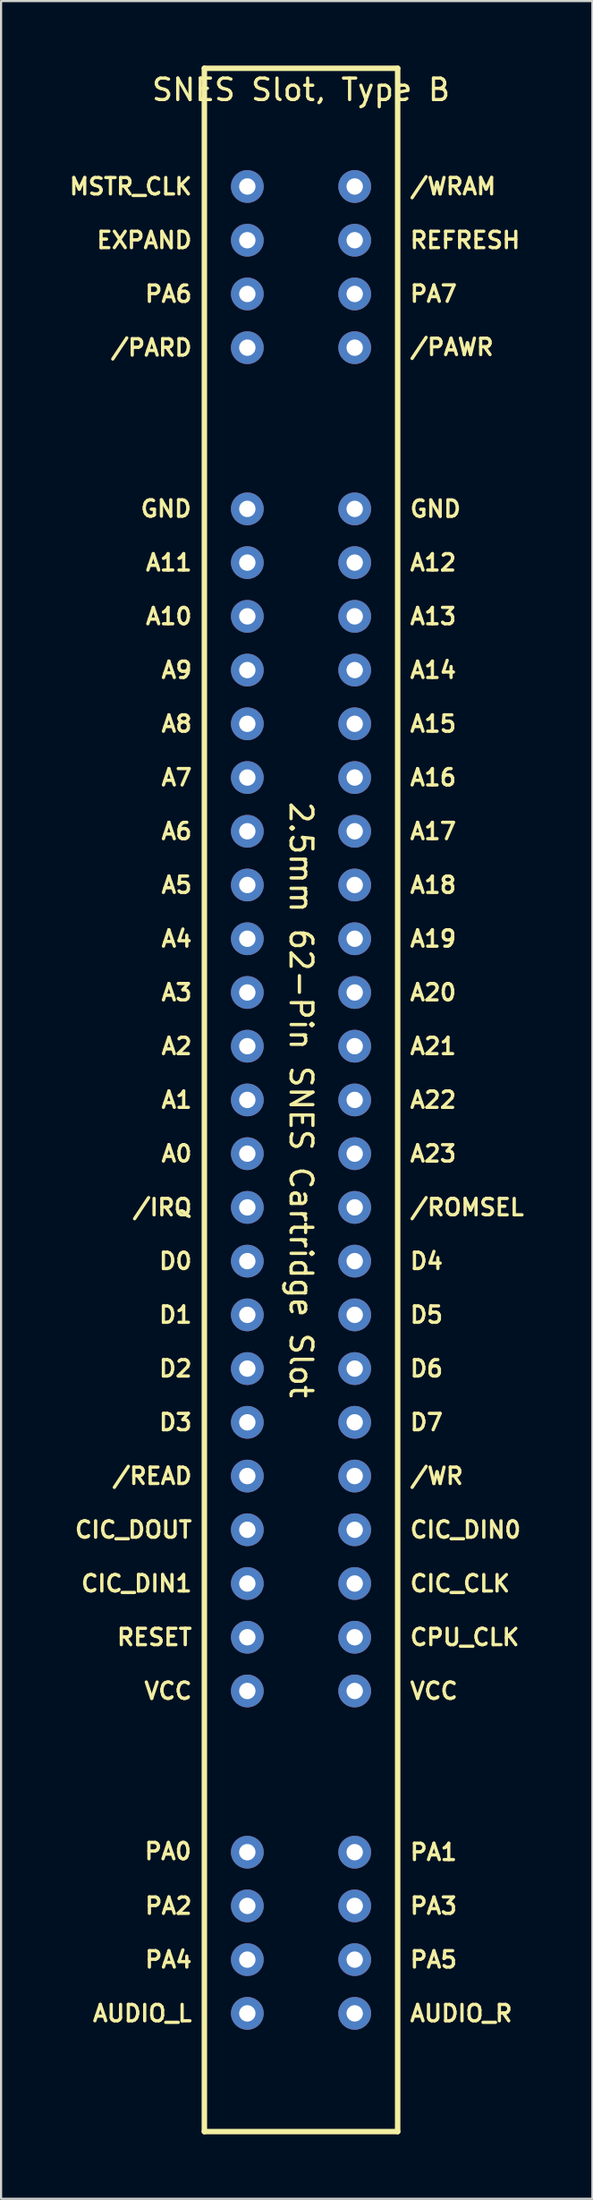
<source format=kicad_pcb>
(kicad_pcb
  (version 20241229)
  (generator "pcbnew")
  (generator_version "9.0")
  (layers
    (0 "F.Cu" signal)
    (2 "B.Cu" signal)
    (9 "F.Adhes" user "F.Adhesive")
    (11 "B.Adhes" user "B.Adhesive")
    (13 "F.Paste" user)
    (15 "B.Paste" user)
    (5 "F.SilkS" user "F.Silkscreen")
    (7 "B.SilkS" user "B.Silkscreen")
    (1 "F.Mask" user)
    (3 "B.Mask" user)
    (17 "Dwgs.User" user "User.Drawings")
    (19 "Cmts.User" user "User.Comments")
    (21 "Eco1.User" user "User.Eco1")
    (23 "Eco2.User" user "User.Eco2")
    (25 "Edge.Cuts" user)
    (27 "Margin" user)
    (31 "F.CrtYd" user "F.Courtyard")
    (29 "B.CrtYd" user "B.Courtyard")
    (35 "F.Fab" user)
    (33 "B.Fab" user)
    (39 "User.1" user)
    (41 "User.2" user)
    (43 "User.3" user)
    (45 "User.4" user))
  (footprint "SNES Slot, Type B"
    (layer "F.Cu")
    (at 10.965 48.127)
    (property "Reference" "SNES Slot, Type B" (at 0 -47 0) (unlocked yes) (layer "F.SilkS") (effects (font (size 1 1) (thickness 0.15))))
    (attr through_hole)
    (fp_line (start -4.5 -48) (end -4.5 48) (stroke (width 0.254) (type default)) (layer "F.SilkS"))
    (fp_line (start -4.5 -48) (end 4.5 -48) (stroke (width 0.254) (type default)) (layer "F.SilkS"))
    (fp_line (start -4.5 48) (end 4.5 48) (stroke (width 0.254) (type default)) (layer "F.SilkS"))
    (fp_line (start 4.5 -48) (end 4.5 48) (stroke (width 0.254) (type default)) (layer "F.SilkS"))
    (fp_text user "PA2" (at -5 37.5 0) (unlocked yes) (layer "F.SilkS") (effects (font (size 0.762 0.762) (thickness 0.152)) (justify right)))
    (fp_text user "REFRESH" (at 5 -40 0) (unlocked yes) (layer "F.SilkS") (effects (font (size 0.762 0.762) (thickness 0.152)) (justify left)))
    (fp_text user "A12" (at 5 -25 0) (unlocked yes) (layer "F.SilkS") (effects (font (size 0.762 0.762) (thickness 0.152)) (justify left)))
    (fp_text user "/IRQ" (at -5 5 0) (unlocked yes) (layer "F.SilkS") (effects (font (size 0.762 0.762) (thickness 0.152)) (justify right)))
    (fp_text user "A9" (at -5 -20 0) (unlocked yes) (layer "F.SilkS") (effects (font (size 0.762 0.762) (thickness 0.152)) (justify right)))
    (fp_text user "D5" (at 5 10 0) (unlocked yes) (layer "F.SilkS") (effects (font (size 0.762 0.762) (thickness 0.152)) (justify left)))
    (fp_text user "VCC" (at -5 27.5 0) (unlocked yes) (layer "F.SilkS") (effects (font (size 0.762 0.762) (thickness 0.152)) (justify right)))
    (fp_text user "2.5mm 62-Pin SNES Cartridge Slot" (at 0 0 270) (unlocked yes) (layer "F.SilkS") (effects (font (size 1.016 1.016) (thickness 0.152))))
    (fp_text user "AUDIO_R" (at 5 42.5 0) (unlocked yes) (layer "F.SilkS") (effects (font (size 0.762 0.762) (thickness 0.152)) (justify left)))
    (fp_text user "CIC_DOUT" (at -5 20 0) (unlocked yes) (layer "F.SilkS") (effects (font (size 0.762 0.762) (thickness 0.152)) (justify right)))
    (fp_text user "VCC" (at 5 27.5 0) (unlocked yes) (layer "F.SilkS") (effects (font (size 0.762 0.762) (thickness 0.152)) (justify left)))
    (fp_text user "A17" (at 5 -12.5 0) (unlocked yes) (layer "F.SilkS") (effects (font (size 0.762 0.762) (thickness 0.152)) (justify left)))
    (fp_text user "A14" (at 5 -20 0) (unlocked yes) (layer "F.SilkS") (effects (font (size 0.762 0.762) (thickness 0.152)) (justify left)))
    (fp_text user "A6" (at -5 -12.5 0) (unlocked yes) (layer "F.SilkS") (effects (font (size 0.762 0.762) (thickness 0.152)) (justify right)))
    (fp_text user "D4" (at 5 7.5 0) (unlocked yes) (layer "F.SilkS") (effects (font (size 0.762 0.762) (thickness 0.152)) (justify left)))
    (fp_text user "A13" (at 5 -22.5 0) (unlocked yes) (layer "F.SilkS") (effects (font (size 0.762 0.762) (thickness 0.152)) (justify left)))
    (fp_text user "A21" (at 5 -2.5 0) (unlocked yes) (layer "F.SilkS") (effects (font (size 0.762 0.762) (thickness 0.152)) (justify left)))
    (fp_text user "A4" (at -5 -7.5 0) (unlocked yes) (layer "F.SilkS") (effects (font (size 0.762 0.762) (thickness 0.152)) (justify right)))
    (fp_text user "A2" (at -5 -2.5 0) (unlocked yes) (layer "F.SilkS") (effects (font (size 0.762 0.762) (thickness 0.152)) (justify right)))
    (fp_text user "AUDIO_L" (at -5 42.5 0) (unlocked yes) (layer "F.SilkS") (effects (font (size 0.762 0.762) (thickness 0.152)) (justify right)))
    (fp_text user "PA4" (at -5 40 0) (unlocked yes) (layer "F.SilkS") (effects (font (size 0.762 0.762) (thickness 0.152)) (justify right)))
    (fp_text user "CIC_DIN1" (at -5 22.5 0) (unlocked yes) (layer "F.SilkS") (effects (font (size 0.762 0.762) (thickness 0.152)) (justify right)))
    (fp_text user "D6" (at 5 12.5 0) (unlocked yes) (layer "F.SilkS") (effects (font (size 0.762 0.762) (thickness 0.152)) (justify left)))
    (fp_text user "MSTR_CLK" (at -5 -42.5 0) (unlocked yes) (layer "F.SilkS") (effects (font (size 0.762 0.762) (thickness 0.152)) (justify right)))
    (fp_text user "A18" (at 5 -10 0) (unlocked yes) (layer "F.SilkS") (effects (font (size 0.762 0.762) (thickness 0.152)) (justify left)))
    (fp_text user "A10" (at -5 -22.5 0) (unlocked yes) (layer "F.SilkS") (effects (font (size 0.762 0.762) (thickness 0.152)) (justify right)))
    (fp_text user "/READ" (at -5 17.5 0) (unlocked yes) (layer "F.SilkS") (effects (font (size 0.762 0.762) (thickness 0.152)) (justify right)))
    (fp_text user "PA6" (at -5 -37.5 0) (unlocked yes) (layer "F.SilkS") (effects (font (size 0.762 0.762) (thickness 0.152)) (justify right)))
    (fp_text user "EXPAND" (at -5 -40 0) (unlocked yes) (layer "F.SilkS") (effects (font (size 0.762 0.762) (thickness 0.152)) (justify right)))
    (fp_text user "GND" (at 5 -27.5 0) (unlocked yes) (layer "F.SilkS") (effects (font (size 0.762 0.762) (thickness 0.152)) (justify left)))
    (fp_text user "A16" (at 5 -15 0) (unlocked yes) (layer "F.SilkS") (effects (font (size 0.762 0.762) (thickness 0.152)) (justify left)))
    (fp_text user "D3" (at -5 15 0) (unlocked yes) (layer "F.SilkS") (effects (font (size 0.762 0.762) (thickness 0.152)) (justify right)))
    (fp_text user "A0" (at -5 2.5 0) (unlocked yes) (layer "F.SilkS") (effects (font (size 0.762 0.762) (thickness 0.152)) (justify right)))
    (fp_text user "/PARD" (at -5 -35 0) (unlocked yes) (layer "F.SilkS") (effects (font (size 0.762 0.762) (thickness 0.152)) (justify right)))
    (fp_text user "A19" (at 5 -7.5 0) (unlocked yes) (layer "F.SilkS") (effects (font (size 0.762 0.762) (thickness 0.152)) (justify left)))
    (fp_text user "A20" (at 5 -5 0) (unlocked yes) (layer "F.SilkS") (effects (font (size 0.762 0.762) (thickness 0.152)) (justify left)))
    (fp_text user "CPU_CLK" (at 5 25 0) (unlocked yes) (layer "F.SilkS") (effects (font (size 0.762 0.762) (thickness 0.152)) (justify left)))
    (fp_text user "CIC_CLK" (at 5 22.5 0) (unlocked yes) (layer "F.SilkS") (effects (font (size 0.762 0.762) (thickness 0.152)) (justify left)))
    (fp_text user "PA0" (at -5.021 34.962 0) (unlocked yes) (layer "F.SilkS") (effects (font (size 0.762 0.762) (thickness 0.152)) (justify right)))
    (fp_text user "A7" (at -5 -15 0) (unlocked yes) (layer "F.SilkS") (effects (font (size 0.762 0.762) (thickness 0.152)) (justify right)))
    (fp_text user "PA1" (at 5 35 0) (unlocked yes) (layer "F.SilkS") (effects (font (size 0.762 0.762) (thickness 0.152)) (justify left)))
    (fp_text user "A8" (at -5 -17.5 0) (unlocked yes) (layer "F.SilkS") (effects (font (size 0.762 0.762) (thickness 0.152)) (justify right)))
    (fp_text user "A22" (at 5 0 0) (unlocked yes) (layer "F.SilkS") (effects (font (size 0.762 0.762) (thickness 0.152)) (justify left)))
    (fp_text user "/WRAM" (at 4.999 -42.504 0) (unlocked yes) (layer "F.SilkS") (effects (font (size 0.762 0.762) (thickness 0.152)) (justify left)))
    (fp_text user "GND" (at -5.021 -27.506 0) (unlocked yes) (layer "F.SilkS") (effects (font (size 0.762 0.762) (thickness 0.152)) (justify right)))
    (fp_text user "A5" (at -5 -10 0) (unlocked yes) (layer "F.SilkS") (effects (font (size 0.762 0.762) (thickness 0.152)) (justify right)))
    (fp_text user "/ROMSEL" (at 5 5 0) (unlocked yes) (layer "F.SilkS") (effects (font (size 0.762 0.762) (thickness 0.152)) (justify left)))
    (fp_text user "/WR" (at 5 17.5 0) (unlocked yes) (layer "F.SilkS") (effects (font (size 0.762 0.762) (thickness 0.152)) (justify left)))
    (fp_text user "A1" (at -5 0 0) (unlocked yes) (layer "F.SilkS") (effects (font (size 0.762 0.762) (thickness 0.152)) (justify right)))
    (fp_text user "CIC_DIN0" (at 5 20 0) (unlocked yes) (layer "F.SilkS") (effects (font (size 0.762 0.762) (thickness 0.152)) (justify left)))
    (fp_text user "D7" (at 5 15 0) (unlocked yes) (layer "F.SilkS") (effects (font (size 0.762 0.762) (thickness 0.152)) (justify left)))
    (fp_text user "A11" (at -5 -25 0) (unlocked yes) (layer "F.SilkS") (effects (font (size 0.762 0.762) (thickness 0.152)) (justify right)))
    (fp_text user "D2" (at -5 12.5 0) (unlocked yes) (layer "F.SilkS") (effects (font (size 0.762 0.762) (thickness 0.152)) (justify right)))
    (fp_text user "PA3" (at 5 37.5 0) (unlocked yes) (layer "F.SilkS") (effects (font (size 0.762 0.762) (thickness 0.152)) (justify left)))
    (fp_text user "D0" (at -5 7.5 0) (unlocked yes) (layer "F.SilkS") (effects (font (size 0.762 0.762) (thickness 0.152)) (justify right)))
    (fp_text user "A23" (at 5 2.5 0) (unlocked yes) (layer "F.SilkS") (effects (font (size 0.762 0.762) (thickness 0.152)) (justify left)))
    (fp_text user "D1" (at -5 10 0) (unlocked yes) (layer "F.SilkS") (effects (font (size 0.762 0.762) (thickness 0.152)) (justify right)))
    (fp_text user "RESET" (at -5 25 0) (unlocked yes) (layer "F.SilkS") (effects (font (size 0.762 0.762) (thickness 0.152)) (justify right)))
    (fp_text user "A15" (at 5 -17.5 0) (unlocked yes) (layer "F.SilkS") (effects (font (size 0.762 0.762) (thickness 0.152)) (justify left)))
    (fp_text user "/PAWR" (at 4.999 -35.026 0) (unlocked yes) (layer "F.SilkS") (effects (font (size 0.762 0.762) (thickness 0.152)) (justify left)))
    (fp_text user "PA7" (at 4.999 -37.504 0) (unlocked yes) (layer "F.SilkS") (effects (font (size 0.762 0.762) (thickness 0.152)) (justify left)))
    (fp_text user "PA5" (at 5 40 0) (unlocked yes) (layer "F.SilkS") (effects (font (size 0.762 0.762) (thickness 0.152)) (justify left)))
    (fp_text user "A3" (at -5 -5 0) (unlocked yes) (layer "F.SilkS") (effects (font (size 0.762 0.762) (thickness 0.152)) (justify right)))
    (pad "1" thru_hole circle (at -2.5 -42.5) (size 1.524 1.524) (drill 0.762) (layers "*.Cu" "*.Mask"))
    (pad "2" thru_hole circle (at -2.5 -40) (size 1.524 1.524) (drill 0.762) (layers "*.Cu" "*.Mask"))
    (pad "3" thru_hole circle (at -2.5 -37.5) (size 1.524 1.524) (drill 0.762) (layers "*.Cu" "*.Mask"))
    (pad "4" thru_hole circle (at -2.5 -35) (size 1.524 1.524) (drill 0.762) (layers "*.Cu" "*.Mask"))
    (pad "5" thru_hole circle (at -2.5 -27.5) (size 1.524 1.524) (drill 0.762) (layers "*.Cu" "*.Mask"))
    (pad "6" thru_hole circle (at -2.5 -25) (size 1.524 1.524) (drill 0.762) (layers "*.Cu" "*.Mask"))
    (pad "7" thru_hole circle (at -2.5 -22.5) (size 1.524 1.524) (drill 0.762) (layers "*.Cu" "*.Mask"))
    (pad "8" thru_hole circle (at -2.5 -20) (size 1.524 1.524) (drill 0.762) (layers "*.Cu" "*.Mask"))
    (pad "9" thru_hole circle (at -2.5 -17.5) (size 1.524 1.524) (drill 0.762) (layers "*.Cu" "*.Mask"))
    (pad "10" thru_hole circle (at -2.5 -15) (size 1.524 1.524) (drill 0.762) (layers "*.Cu" "*.Mask"))
    (pad "11" thru_hole circle (at -2.5 -12.5) (size 1.524 1.524) (drill 0.762) (layers "*.Cu" "*.Mask"))
    (pad "12" thru_hole circle (at -2.5 -10) (size 1.524 1.524) (drill 0.762) (layers "*.Cu" "*.Mask"))
    (pad "13" thru_hole circle (at -2.5 -7.5) (size 1.524 1.524) (drill 0.762) (layers "*.Cu" "*.Mask"))
    (pad "14" thru_hole circle (at -2.5 -5) (size 1.524 1.524) (drill 0.762) (layers "*.Cu" "*.Mask"))
    (pad "15" thru_hole circle (at -2.5 -2.5) (size 1.524 1.524) (drill 0.762) (layers "*.Cu" "*.Mask"))
    (pad "16" thru_hole circle (at -2.5 0) (size 1.524 1.524) (drill 0.762) (layers "*.Cu" "*.Mask"))
    (pad "17" thru_hole circle (at -2.5 2.5) (size 1.524 1.524) (drill 0.762) (layers "*.Cu" "*.Mask"))
    (pad "18" thru_hole circle (at -2.5 5) (size 1.524 1.524) (drill 0.762) (layers "*.Cu" "*.Mask"))
    (pad "19" thru_hole circle (at -2.5 7.5) (size 1.524 1.524) (drill 0.762) (layers "*.Cu" "*.Mask"))
    (pad "20" thru_hole circle (at -2.5 10) (size 1.524 1.524) (drill 0.762) (layers "*.Cu" "*.Mask"))
    (pad "21" thru_hole circle (at -2.5 12.5) (size 1.524 1.524) (drill 0.762) (layers "*.Cu" "*.Mask"))
    (pad "22" thru_hole circle (at -2.5 15) (size 1.524 1.524) (drill 0.762) (layers "*.Cu" "*.Mask"))
    (pad "23" thru_hole circle (at -2.5 17.5) (size 1.524 1.524) (drill 0.762) (layers "*.Cu" "*.Mask"))
    (pad "24" thru_hole circle (at -2.5 20) (size 1.524 1.524) (drill 0.762) (layers "*.Cu" "*.Mask"))
    (pad "25" thru_hole circle (at -2.5 22.5) (size 1.524 1.524) (drill 0.762) (layers "*.Cu" "*.Mask"))
    (pad "26" thru_hole circle (at -2.5 25) (size 1.524 1.524) (drill 0.762) (layers "*.Cu" "*.Mask"))
    (pad "27" thru_hole circle (at -2.5 27.5) (size 1.524 1.524) (drill 0.762) (layers "*.Cu" "*.Mask"))
    (pad "28" thru_hole circle (at -2.5 35) (size 1.524 1.524) (drill 0.762) (layers "*.Cu" "*.Mask"))
    (pad "29" thru_hole circle (at -2.5 37.5) (size 1.524 1.524) (drill 0.762) (layers "*.Cu" "*.Mask"))
    (pad "30" thru_hole circle (at -2.5 40) (size 1.524 1.524) (drill 0.762) (layers "*.Cu" "*.Mask"))
    (pad "31" thru_hole circle (at -2.5 42.5) (size 1.524 1.524) (drill 0.762) (layers "*.Cu" "*.Mask"))
    (pad "32" thru_hole circle (at 2.5 -42.5) (size 1.524 1.524) (drill 0.762) (layers "*.Cu" "*.Mask"))
    (pad "33" thru_hole circle (at 2.5 -40) (size 1.524 1.524) (drill 0.762) (layers "*.Cu" "*.Mask"))
    (pad "34" thru_hole circle (at 2.5 -37.5) (size 1.524 1.524) (drill 0.762) (layers "*.Cu" "*.Mask"))
    (pad "35" thru_hole circle (at 2.5 -35) (size 1.524 1.524) (drill 0.762) (layers "*.Cu" "*.Mask"))
    (pad "36" thru_hole circle (at 2.5 -27.5) (size 1.524 1.524) (drill 0.762) (layers "*.Cu" "*.Mask"))
    (pad "37" thru_hole circle (at 2.5 -25) (size 1.524 1.524) (drill 0.762) (layers "*.Cu" "*.Mask"))
    (pad "38" thru_hole circle (at 2.5 -22.5) (size 1.524 1.524) (drill 0.762) (layers "*.Cu" "*.Mask"))
    (pad "39" thru_hole circle (at 2.5 -20) (size 1.524 1.524) (drill 0.762) (layers "*.Cu" "*.Mask"))
    (pad "40" thru_hole circle (at 2.5 -17.5) (size 1.524 1.524) (drill 0.762) (layers "*.Cu" "*.Mask"))
    (pad "41" thru_hole circle (at 2.5 -15) (size 1.524 1.524) (drill 0.762) (layers "*.Cu" "*.Mask"))
    (pad "42" thru_hole circle (at 2.5 -12.5) (size 1.524 1.524) (drill 0.762) (layers "*.Cu" "*.Mask"))
    (pad "43" thru_hole circle (at 2.5 -10) (size 1.524 1.524) (drill 0.762) (layers "*.Cu" "*.Mask"))
    (pad "44" thru_hole circle (at 2.5 -7.5) (size 1.524 1.524) (drill 0.762) (layers "*.Cu" "*.Mask"))
    (pad "45" thru_hole circle (at 2.5 -5) (size 1.524 1.524) (drill 0.762) (layers "*.Cu" "*.Mask"))
    (pad "46" thru_hole circle (at 2.5 -2.5) (size 1.524 1.524) (drill 0.762) (layers "*.Cu" "*.Mask"))
    (pad "47" thru_hole circle (at 2.5 0) (size 1.524 1.524) (drill 0.762) (layers "*.Cu" "*.Mask"))
    (pad "48" thru_hole circle (at 2.5 2.5) (size 1.524 1.524) (drill 0.762) (layers "*.Cu" "*.Mask"))
    (pad "49" thru_hole circle (at 2.5 5) (size 1.524 1.524) (drill 0.762) (layers "*.Cu" "*.Mask"))
    (pad "50" thru_hole circle (at 2.5 7.5) (size 1.524 1.524) (drill 0.762) (layers "*.Cu" "*.Mask"))
    (pad "51" thru_hole circle (at 2.5 10) (size 1.524 1.524) (drill 0.762) (layers "*.Cu" "*.Mask"))
    (pad "52" thru_hole circle (at 2.5 12.5) (size 1.524 1.524) (drill 0.762) (layers "*.Cu" "*.Mask"))
    (pad "53" thru_hole circle (at 2.5 15) (size 1.524 1.524) (drill 0.762) (layers "*.Cu" "*.Mask"))
    (pad "54" thru_hole circle (at 2.5 17.5) (size 1.524 1.524) (drill 0.762) (layers "*.Cu" "*.Mask"))
    (pad "55" thru_hole circle (at 2.5 20) (size 1.524 1.524) (drill 0.762) (layers "*.Cu" "*.Mask"))
    (pad "56" thru_hole circle (at 2.5 22.5) (size 1.524 1.524) (drill 0.762) (layers "*.Cu" "*.Mask"))
    (pad "57" thru_hole circle (at 2.5 25) (size 1.524 1.524) (drill 0.762) (layers "*.Cu" "*.Mask"))
    (pad "58" thru_hole circle (at 2.5 27.5) (size 1.524 1.524) (drill 0.762) (layers "*.Cu" "*.Mask"))
    (pad "59" thru_hole circle (at 2.5 35) (size 1.524 1.524) (drill 0.762) (layers "*.Cu" "*.Mask"))
    (pad "60" thru_hole circle (at 2.5 37.5) (size 1.524 1.524) (drill 0.762) (layers "*.Cu" "*.Mask"))
    (pad "61" thru_hole circle (at 2.5 40) (size 1.524 1.524) (drill 0.762) (layers "*.Cu" "*.Mask"))
    (pad "62" thru_hole circle (at 2.5 42.5) (size 1.524 1.524) (drill 0.762) (layers "*.Cu" "*.Mask")))
  (gr_rect
    (start -3 -3)
    (end 24.532 99.254)
    (stroke (width 0.1) (type default))
    (fill no)
    (layer "Edge.Cuts")))
</source>
